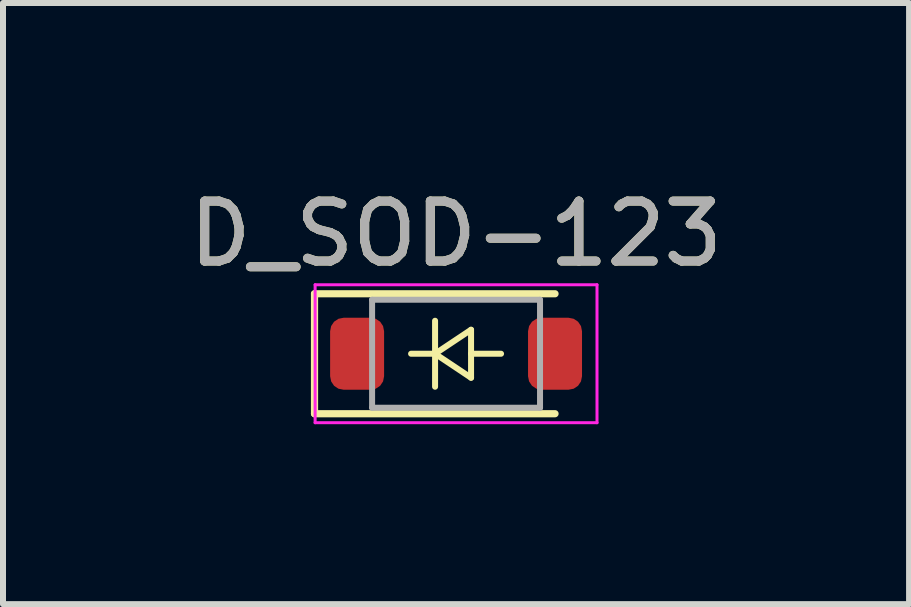
<source format=kicad_pcb>
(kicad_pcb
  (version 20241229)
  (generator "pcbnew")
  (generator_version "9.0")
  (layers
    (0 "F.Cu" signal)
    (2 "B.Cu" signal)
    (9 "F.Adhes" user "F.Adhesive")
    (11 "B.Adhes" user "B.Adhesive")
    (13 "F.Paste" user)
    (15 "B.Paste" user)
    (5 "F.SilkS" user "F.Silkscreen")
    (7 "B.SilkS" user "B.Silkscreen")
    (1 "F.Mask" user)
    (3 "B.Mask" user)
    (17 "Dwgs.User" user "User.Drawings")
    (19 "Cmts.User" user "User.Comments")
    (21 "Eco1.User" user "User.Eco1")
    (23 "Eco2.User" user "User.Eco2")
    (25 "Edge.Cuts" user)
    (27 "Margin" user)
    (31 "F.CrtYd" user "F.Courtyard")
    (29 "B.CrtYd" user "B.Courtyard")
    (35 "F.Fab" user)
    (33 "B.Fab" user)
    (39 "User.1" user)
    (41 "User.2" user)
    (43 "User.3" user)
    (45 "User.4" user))
  (footprint "D_SOD-123"
    (layer "F.Cu")
    (at 4.554 2.848)
    (property "Reference" "D_SOD-123" (at 0 -2 0) (layer "F.SilkS") (effects (font (size 1 1) (thickness 0.15))))
    (attr smd)
    (fp_line (start -2.36 -1) (end -2.36 1) (stroke (width 0.12) (type solid)) (layer "F.SilkS"))
    (fp_line (start -2.36 -1) (end 1.65 -1) (stroke (width 0.12) (type solid)) (layer "F.SilkS"))
    (fp_line (start -2.36 1) (end 1.65 1) (stroke (width 0.12) (type solid)) (layer "F.SilkS"))
    (fp_line (start -0.75 0) (end -0.35 0) (stroke (width 0.1) (type solid)) (layer "F.SilkS"))
    (fp_line (start -0.35 0) (end -0.35 -0.55) (stroke (width 0.1) (type solid)) (layer "F.SilkS"))
    (fp_line (start -0.35 0) (end -0.35 0.55) (stroke (width 0.1) (type solid)) (layer "F.SilkS"))
    (fp_line (start -0.35 0) (end 0.25 -0.4) (stroke (width 0.1) (type solid)) (layer "F.SilkS"))
    (fp_line (start 0.25 -0.4) (end 0.25 0.4) (stroke (width 0.1) (type solid)) (layer "F.SilkS"))
    (fp_line (start 0.25 0) (end 0.75 0) (stroke (width 0.1) (type solid)) (layer "F.SilkS"))
    (fp_line (start 0.25 0.4) (end -0.35 0) (stroke (width 0.1) (type solid)) (layer "F.SilkS"))
    (fp_line (start -2.35 -1.15) (end -2.35 1.15) (stroke (width 0.05) (type solid)) (layer "F.CrtYd"))
    (fp_line (start -2.35 -1.15) (end 2.35 -1.15) (stroke (width 0.05) (type solid)) (layer "F.CrtYd"))
    (fp_line (start 2.35 -1.15) (end 2.35 1.15) (stroke (width 0.05) (type solid)) (layer "F.CrtYd"))
    (fp_line (start 2.35 1.15) (end -2.35 1.15) (stroke (width 0.05) (type solid)) (layer "F.CrtYd"))
    (fp_line (start -1.4 -0.9) (end 1.4 -0.9) (stroke (width 0.1) (type solid)) (layer "F.Fab"))
    (fp_line (start -1.4 0.9) (end -1.4 -0.9) (stroke (width 0.1) (type solid)) (layer "F.Fab"))
    (fp_line (start 1.4 -0.9) (end 1.4 0.9) (stroke (width 0.1) (type solid)) (layer "F.Fab"))
    (fp_line (start 1.4 0.9) (end -1.4 0.9) (stroke (width 0.1) (type solid)) (layer "F.Fab"))
    (fp_text user "${REFERENCE}" (at 0 -2 0) (layer "F.Fab") (effects (font (size 1 1) (thickness 0.15))))
    (pad "1" smd roundrect (at -1.65 0) (size 0.9 1.2) (layers "F.Cu" "F.Mask" "F.Paste") (roundrect_rratio 0.25))
    (pad "2" smd roundrect (at 1.65 0) (size 0.9 1.2) (layers "F.Cu" "F.Mask" "F.Paste") (roundrect_rratio 0.25)))
  (gr_rect
    (start -3 -3)
    (end 12.107 7.023)
    (stroke (width 0.1) (type default))
    (fill no)
    (layer "Edge.Cuts")))
</source>
